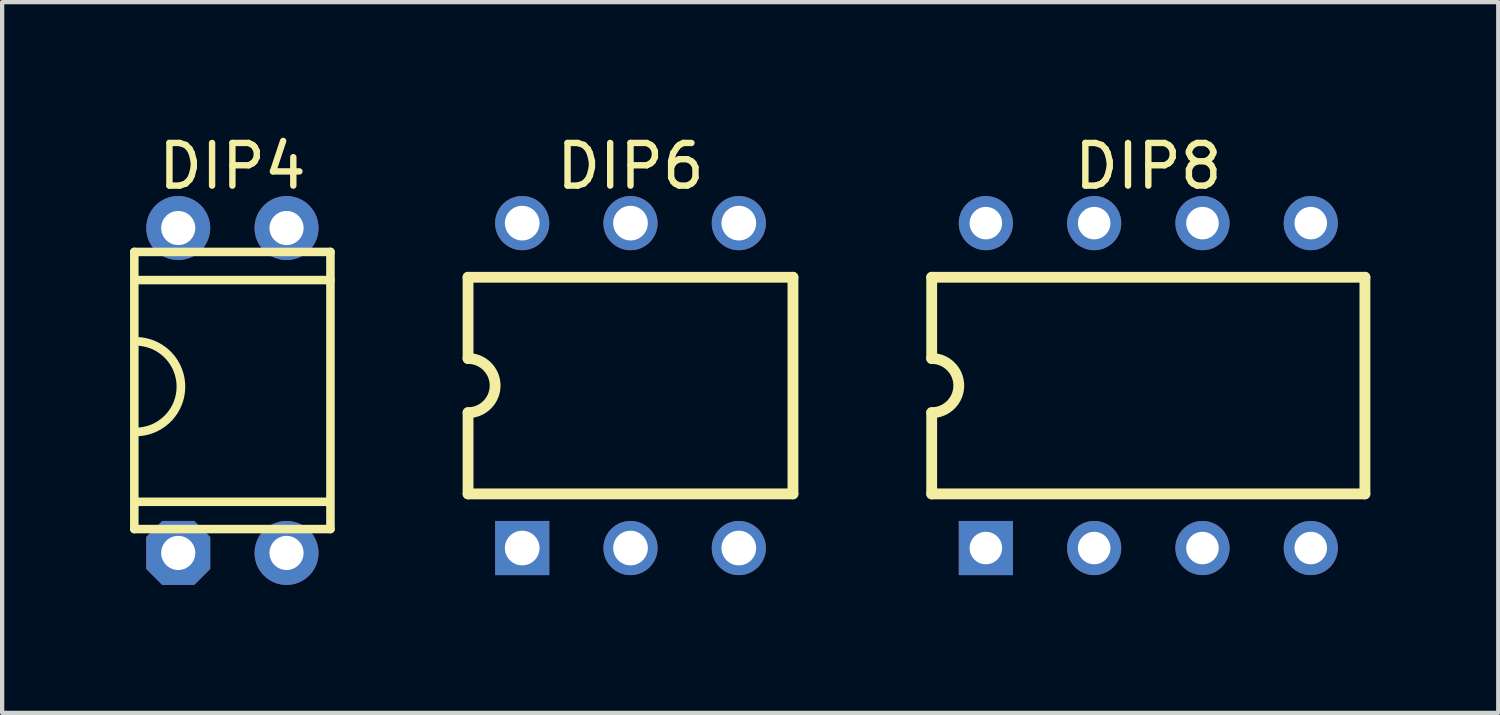
<source format=kicad_pcb>
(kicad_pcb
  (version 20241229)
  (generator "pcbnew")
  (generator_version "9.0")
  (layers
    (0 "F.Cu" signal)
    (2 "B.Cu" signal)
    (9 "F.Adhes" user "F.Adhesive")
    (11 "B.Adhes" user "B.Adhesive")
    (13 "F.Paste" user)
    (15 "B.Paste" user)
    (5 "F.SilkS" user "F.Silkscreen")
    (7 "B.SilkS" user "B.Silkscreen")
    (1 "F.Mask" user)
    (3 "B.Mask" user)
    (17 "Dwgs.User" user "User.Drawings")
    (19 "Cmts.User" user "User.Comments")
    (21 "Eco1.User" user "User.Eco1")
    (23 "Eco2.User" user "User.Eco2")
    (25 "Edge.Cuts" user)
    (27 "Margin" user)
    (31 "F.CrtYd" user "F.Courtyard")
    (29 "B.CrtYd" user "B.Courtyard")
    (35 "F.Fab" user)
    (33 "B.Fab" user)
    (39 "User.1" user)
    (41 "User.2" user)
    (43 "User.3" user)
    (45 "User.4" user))
  (footprint "DIP8"
    (layer "F.Cu")
    (at 20.071 9.803)
    (property "Reference" "DIP8" (at 3.81 -8.955 0) (layer "F.SilkS") (effects (font (size 1 1) (thickness 0.15))))
    (fp_line (start -1.27 -6.35) (end 8.89 -6.35) (stroke (width 0.254) (type solid)) (layer "F.SilkS"))
    (fp_line (start -1.27 -4.445) (end -1.27 -6.35) (stroke (width 0.254) (type solid)) (layer "F.SilkS"))
    (fp_line (start -1.27 -1.27) (end -1.27 -3.175) (stroke (width 0.254) (type solid)) (layer "F.SilkS"))
    (fp_line (start -1.27 -1.27) (end 8.89 -1.27) (stroke (width 0.254) (type solid)) (layer "F.SilkS"))
    (fp_line (start 8.89 -1.27) (end 8.89 -6.35) (stroke (width 0.254) (type solid)) (layer "F.SilkS"))
    (fp_arc (start -1.27 -4.445) (mid -0.635 -3.81) (end -1.27 -3.175) (stroke (width 0.254) (type solid)) (layer "F.SilkS"))
    (pad "1" thru_hole rect (at 0 0) (size 1.27 1.27) (drill 0.762) (layers "*.Cu" "*.Mask"))
    (pad "2" thru_hole circle (at 2.54 0) (size 1.27 1.27) (drill 0.762) (layers "*.Cu" "*.Mask"))
    (pad "3" thru_hole circle (at 5.08 0) (size 1.27 1.27) (drill 0.762) (layers "*.Cu" "*.Mask"))
    (pad "4" thru_hole circle (at 7.62 0) (size 1.27 1.27) (drill 0.762) (layers "*.Cu" "*.Mask"))
    (pad "5" thru_hole circle (at 7.62 -7.62) (size 1.27 1.27) (drill 0.762) (layers "*.Cu" "*.Mask"))
    (pad "6" thru_hole circle (at 5.08 -7.62) (size 1.27 1.27) (drill 0.762) (layers "*.Cu" "*.Mask"))
    (pad "7" thru_hole circle (at 2.54 -7.62) (size 1.27 1.27) (drill 0.762) (layers "*.Cu" "*.Mask"))
    (pad "8" thru_hole circle (at 0 -7.62) (size 1.27 1.27) (drill 0.762) (layers "*.Cu" "*.Mask")))
  (footprint "DIP4"
    (layer "F.Cu")
    (at 1.13 9.918)
    (property "Reference" "DIP4" (at 1.27 -9.07 0) (layer "F.SilkS") (effects (font (size 1 1) (thickness 0.15))))
    (fp_line (start -1.03 -7.06) (end 3.57 -7.06) (stroke (width 0.2) (type solid)) (layer "F.SilkS"))
    (fp_line (start -1.03 -0.56) (end -1.03 -7.06) (stroke (width 0.2) (type solid)) (layer "F.SilkS"))
    (fp_line (start -1.03 -0.56) (end 3.57 -0.56) (stroke (width 0.2) (type solid)) (layer "F.SilkS"))
    (fp_line (start -1 -6.4) (end 3.57 -6.4) (stroke (width 0.2) (type solid)) (layer "F.SilkS"))
    (fp_line (start -1 -1.2) (end 3.5 -1.2) (stroke (width 0.2) (type solid)) (layer "F.SilkS"))
    (fp_line (start 3.57 -0.56) (end 3.57 -7.06) (stroke (width 0.2) (type solid)) (layer "F.SilkS"))
    (fp_arc (start -0.903767 -4.958645) (mid 0.063012 -3.896001) (end -0.911714 -2.840643) (stroke (width 0.2032) (type solid)) (layer "F.SilkS"))
    (pad "1" thru_hole roundrect (at 0 0) (size 1.5 1.5) (drill 0.8) (layers "*.Cu" "*.Mask") (roundrect_rratio 0.25) (chamfer_ratio 0.25) (chamfer top_left top_right bottom_left bottom_right))
    (pad "2" thru_hole circle (at 2.54 0) (size 1.5 1.5) (drill 0.8) (layers "*.Cu" "*.Mask"))
    (pad "3" thru_hole circle (at 2.54 -7.62) (size 1.5 1.5) (drill 0.8) (layers "*.Cu" "*.Mask"))
    (pad "4" thru_hole circle (at 0 -7.62) (size 1.5 1.5) (drill 0.8) (layers "*.Cu" "*.Mask")))
  (footprint "DIP6"
    (layer "F.Cu")
    (at 9.197 9.803)
    (property "Reference" "DIP6" (at 2.54 -8.955 0) (layer "F.SilkS") (effects (font (size 1 1) (thickness 0.15))))
    (fp_line (start -1.27 -6.35) (end 6.35 -6.35) (stroke (width 0.254) (type solid)) (layer "F.SilkS"))
    (fp_line (start -1.27 -4.445) (end -1.27 -6.35) (stroke (width 0.254) (type solid)) (layer "F.SilkS"))
    (fp_line (start -1.27 -1.27) (end -1.27 -3.175) (stroke (width 0.254) (type solid)) (layer "F.SilkS"))
    (fp_line (start -1.27 -1.27) (end 6.35 -1.27) (stroke (width 0.254) (type solid)) (layer "F.SilkS"))
    (fp_line (start 6.35 -1.27) (end 6.35 -6.35) (stroke (width 0.254) (type solid)) (layer "F.SilkS"))
    (fp_arc (start -1.27 -4.445) (mid -0.635 -3.81) (end -1.27 -3.175) (stroke (width 0.254) (type solid)) (layer "F.SilkS"))
    (pad "1" thru_hole rect (at 0 0 90) (size 1.27 1.27) (drill 0.813) (layers "*.Cu" "*.Mask"))
    (pad "2" thru_hole circle (at 2.54 0 90) (size 1.27 1.27) (drill 0.813) (layers "*.Cu" "*.Mask"))
    (pad "3" thru_hole circle (at 5.08 0 90) (size 1.27 1.27) (drill 0.813) (layers "*.Cu" "*.Mask"))
    (pad "4" thru_hole circle (at 5.08 -7.62 90) (size 1.27 1.27) (drill 0.813) (layers "*.Cu" "*.Mask"))
    (pad "5" thru_hole circle (at 2.54 -7.62 90) (size 1.27 1.27) (drill 0.813) (layers "*.Cu" "*.Mask"))
    (pad "6" thru_hole circle (at 0 -7.62 90) (size 1.27 1.27) (drill 0.813) (layers "*.Cu" "*.Mask")))
  (gr_rect
    (start -3 -3)
    (end 32.088 13.668)
    (stroke (width 0.1) (type default))
    (fill no)
    (layer "Edge.Cuts")))
</source>
